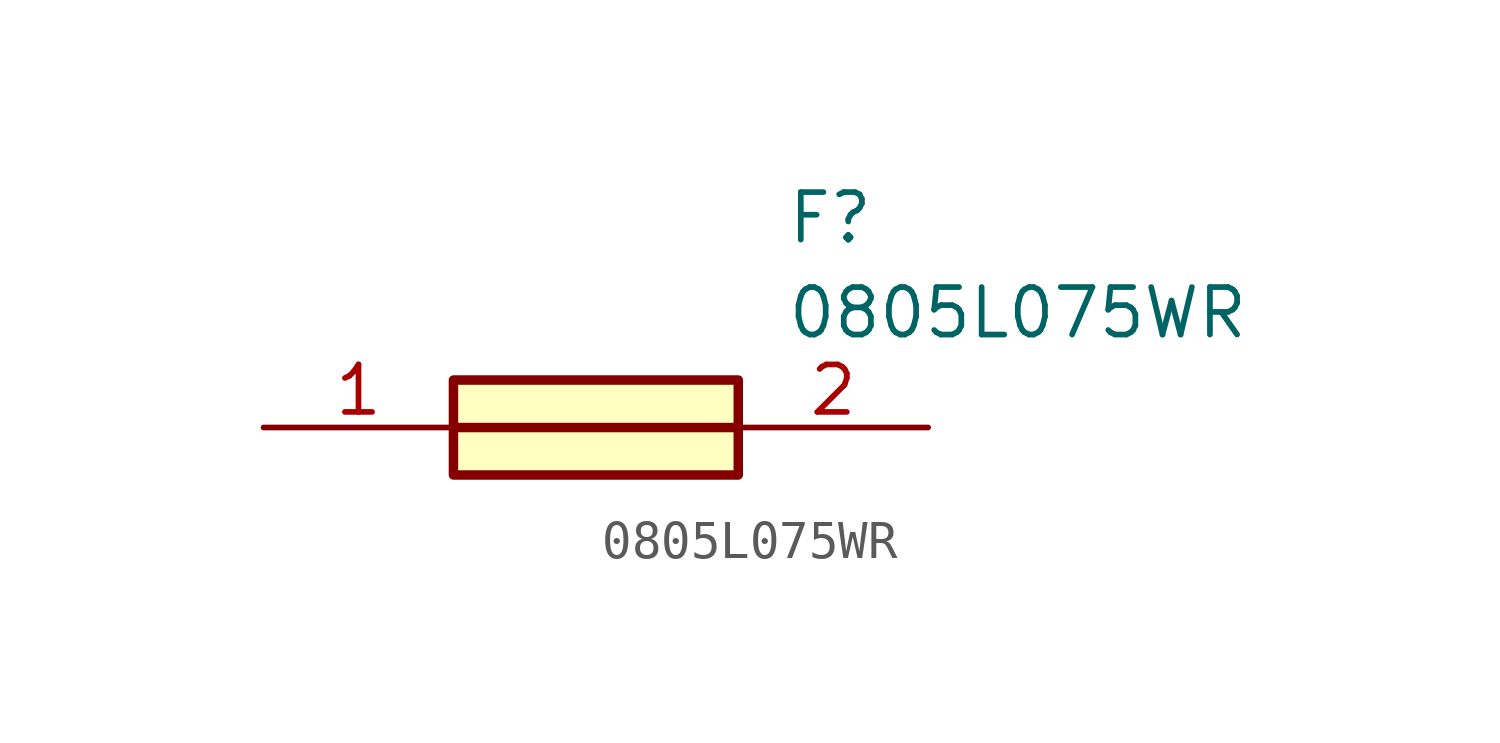
<source format=kicad_sym>
(kicad_symbol_lib
  (version 20211014)
  (generator SamacSys_ECAD_Model)
  (symbol "0805L075WR"
    (pin_names hide)
    (property "Reference" "F"
      (at 13.97 6.35 0)
      (effects (font (size 1.27 1.27)) (justify left top)))
    (property "Value" "0805L075WR"
      (at 13.97 3.81 0)
      (effects (font (size 1.27 1.27)) (justify left top)))
    (rectangle
      (start 5.08 1.27)
      (end 12.7 -1.27)
      (stroke (width 0.254) (type default))
      (fill (type background)))
    (polyline
      (pts (xy 5.08 0) (xy 12.7 0))
      (stroke (width 0.254) (type default))
      (fill (type none)))
    (pin passive line
      (at 0 0 0)
      (length 5.08)
      (name "1" (effects (font (size 1.27 1.27))))
      (number "1" (effects (font (size 1.27 1.27)))))
    (pin passive line
      (at 17.78 0 180)
      (length 5.08)
      (name "2" (effects (font (size 1.27 1.27))))
      (number "2" (effects (font (size 1.27 1.27)))))))
</source>
